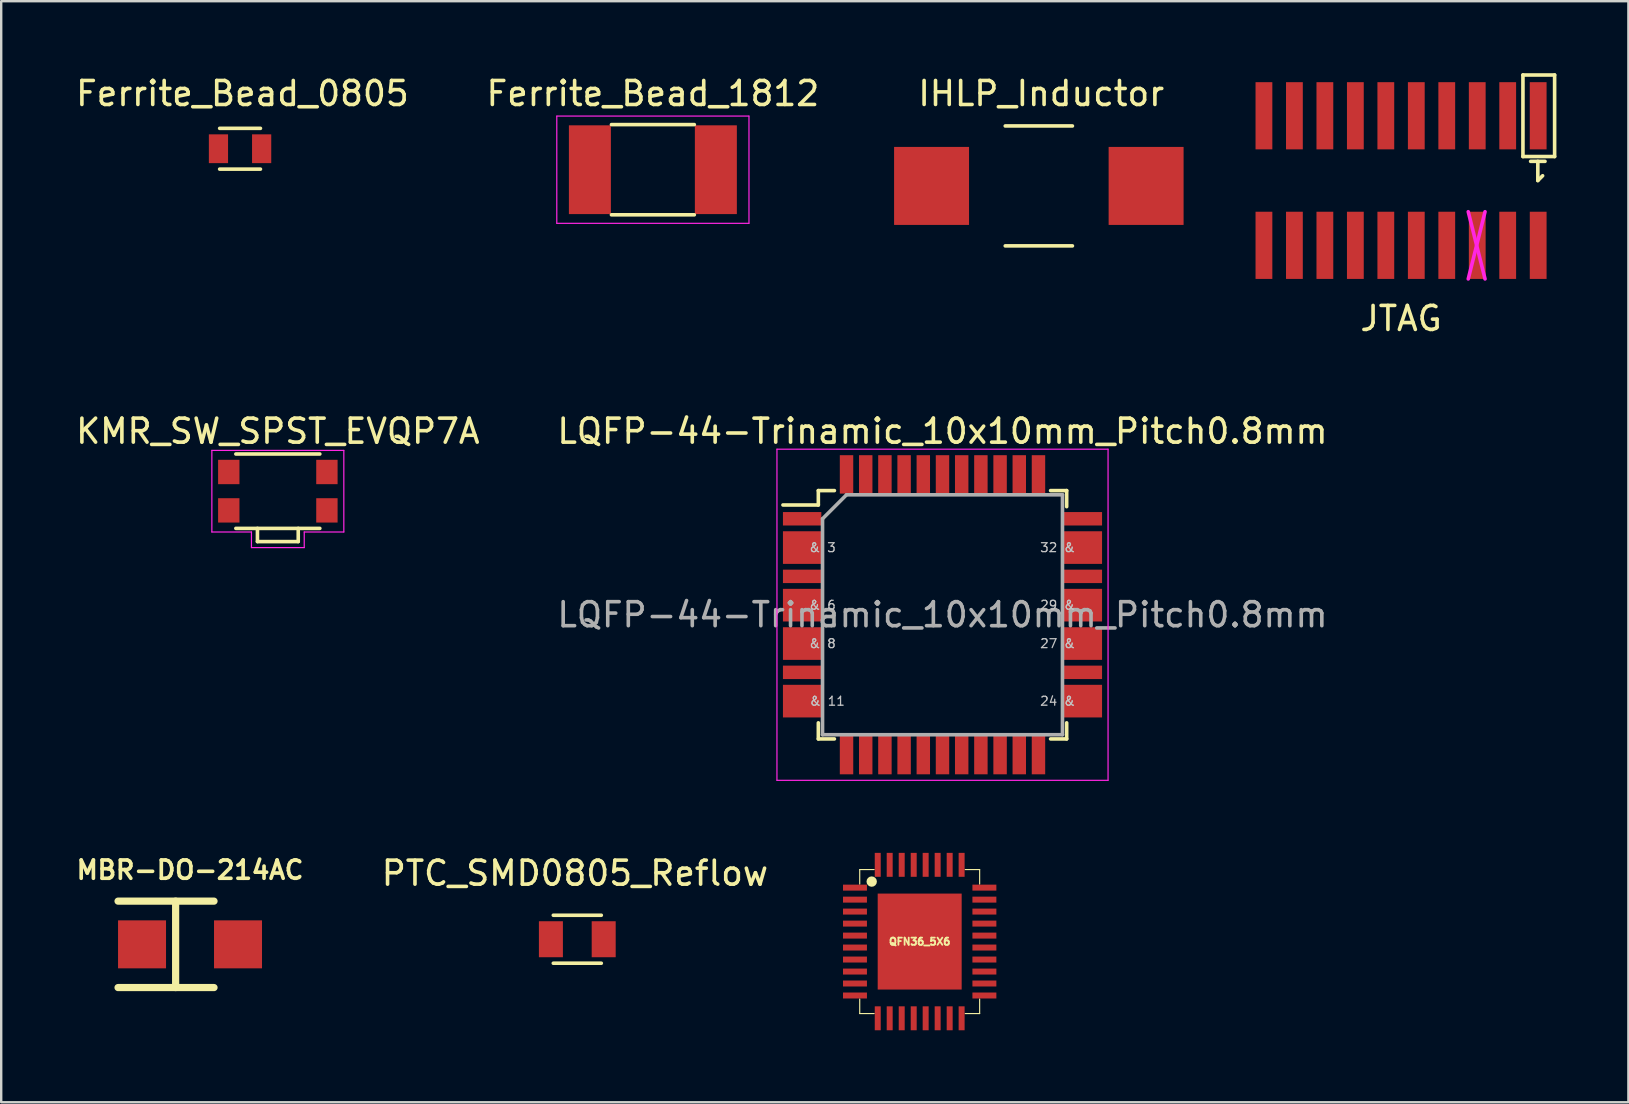
<source format=kicad_pcb>
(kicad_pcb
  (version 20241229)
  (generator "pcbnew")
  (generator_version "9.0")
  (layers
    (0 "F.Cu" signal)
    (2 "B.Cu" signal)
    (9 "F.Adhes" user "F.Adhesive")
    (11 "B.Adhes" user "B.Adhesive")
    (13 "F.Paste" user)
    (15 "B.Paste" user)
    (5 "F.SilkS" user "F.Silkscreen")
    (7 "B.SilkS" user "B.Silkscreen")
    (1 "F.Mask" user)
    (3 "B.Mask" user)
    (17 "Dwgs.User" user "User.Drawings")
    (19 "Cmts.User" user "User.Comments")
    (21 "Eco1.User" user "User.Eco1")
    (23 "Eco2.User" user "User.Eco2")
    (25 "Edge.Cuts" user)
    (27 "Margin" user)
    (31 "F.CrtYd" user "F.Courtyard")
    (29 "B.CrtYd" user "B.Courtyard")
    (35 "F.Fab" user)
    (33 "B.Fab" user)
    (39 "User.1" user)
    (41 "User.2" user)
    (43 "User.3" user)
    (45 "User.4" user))
  (footprint "PTC_SMD0805_Reflow"
    (layer "F.Cu")
    (at 21.011 36.096)
    (property "Reference" "PTC_SMD0805_Reflow" (at -0.099 -2.751 0) (layer "F.SilkS") (effects (font (size 1 1) (thickness 0.15))))
    (attr smd)
    (fp_line (start 1 -1) (end -1 -1) (stroke (width 0.15) (type solid)) (layer "F.SilkS"))
    (fp_line (start 1 1) (end -1 1) (stroke (width 0.15) (type solid)) (layer "F.SilkS"))
    (pad "1" smd rect (at -1.1 0 90) (size 1.5 1) (layers "F.Cu" "F.Mask" "F.Paste"))
    (pad "2" smd rect (at 1.1 0 90) (size 1.5 1) (layers "F.Cu" "F.Mask" "F.Paste")))
  (footprint "IHLP_Inductor"
    (layer "F.Cu")
    (at 40.247 4.699)
    (property "Reference" "IHLP_Inductor" (at 0.099 -3.851 0) (layer "F.SilkS") (effects (font (size 1 1) (thickness 0.15))))
    (attr smd)
    (fp_line (start 1.4 -2.499) (end -1.4 -2.499) (stroke (width 0.15) (type solid)) (layer "F.SilkS"))
    (fp_line (start 1.4 2.499) (end -1.4 2.499) (stroke (width 0.15) (type solid)) (layer "F.SilkS"))
    (pad "1" smd rect (at -4.471 0) (size 3.124 3.251) (layers "F.Cu" "F.Mask" "F.Paste"))
    (pad "2" smd rect (at 4.471 0) (size 3.124 3.251) (layers "F.Cu" "F.Mask" "F.Paste")))
  (footprint "QFN36_5X6"
    (layer "F.Cu")
    (at 35.281 36.193)
    (property "Reference" "QFN36_5X6" (at 0 0 0) (layer "F.SilkS") (effects (font (size 0.3 0.3) (thickness 0.075))))
    (attr through_hole)
    (fp_line (start -2.499 -3) (end -2.499 -2.398) (stroke (width 0.048) (type solid)) (layer "F.SilkS"))
    (fp_line (start -2.499 -3) (end -1.9 -3) (stroke (width 0.048) (type solid)) (layer "F.SilkS"))
    (fp_line (start -2.499 2.398) (end -2.499 3) (stroke (width 0.048) (type solid)) (layer "F.SilkS"))
    (fp_line (start -2.499 3) (end -1.9 3) (stroke (width 0.048) (type solid)) (layer "F.SilkS"))
    (fp_line (start -2 -2.6) (end -2 -2.5) (stroke (width 0.15) (type solid)) (layer "F.SilkS"))
    (fp_line (start 1.9 -3) (end 2.499 -3) (stroke (width 0.048) (type solid)) (layer "F.SilkS"))
    (fp_line (start 1.9 3) (end 2.499 3) (stroke (width 0.048) (type solid)) (layer "F.SilkS"))
    (fp_line (start 2.499 -3) (end 2.499 -2.398) (stroke (width 0.048) (type solid)) (layer "F.SilkS"))
    (fp_line (start 2.499 2.398) (end 2.499 3) (stroke (width 0.048) (type solid)) (layer "F.SilkS"))
    (fp_circle (center -2 -2.5) (end -2 -2.4) (stroke (width 0.15) (type solid)) (fill no) (layer "F.SilkS"))
    (fp_circle (center -2 -2.5) (end -1.9 -2.4) (stroke (width 0.15) (type solid)) (fill no) (layer "F.SilkS"))
    (pad "1" smd rect (at -2.697 -2.248 90) (size 0.249 0.998) (layers "F.Cu" "F.Mask" "F.Paste"))
    (pad "2" smd rect (at -2.697 -1.748 90) (size 0.249 0.998) (layers "F.Cu" "F.Mask" "F.Paste"))
    (pad "3" smd rect (at -2.697 -1.25 90) (size 0.249 0.998) (layers "F.Cu" "F.Mask" "F.Paste"))
    (pad "4" smd rect (at -2.697 -0.749 90) (size 0.249 0.998) (layers "F.Cu" "F.Mask" "F.Paste"))
    (pad "5" smd rect (at -2.697 -0.249 90) (size 0.249 0.998) (layers "F.Cu" "F.Mask" "F.Paste"))
    (pad "6" smd rect (at -2.697 0.249 90) (size 0.249 0.998) (layers "F.Cu" "F.Mask" "F.Paste"))
    (pad "7" smd rect (at -2.697 0.749 90) (size 0.249 0.998) (layers "F.Cu" "F.Mask" "F.Paste"))
    (pad "8" smd rect (at -2.697 1.25 90) (size 0.249 0.998) (layers "F.Cu" "F.Mask" "F.Paste"))
    (pad "9" smd rect (at -2.697 1.748 90) (size 0.249 0.998) (layers "F.Cu" "F.Mask" "F.Paste"))
    (pad "10" smd rect (at -2.697 2.248 90) (size 0.249 0.998) (layers "F.Cu" "F.Mask" "F.Paste"))
    (pad "11" smd rect (at -1.748 3.198 180) (size 0.249 0.998) (layers "F.Cu" "F.Mask" "F.Paste"))
    (pad "12" smd rect (at -1.25 3.198 180) (size 0.249 0.998) (layers "F.Cu" "F.Mask" "F.Paste"))
    (pad "13" smd rect (at -0.749 3.198 180) (size 0.249 0.998) (layers "F.Cu" "F.Mask" "F.Paste"))
    (pad "14" smd rect (at -0.249 3.198 180) (size 0.249 0.998) (layers "F.Cu" "F.Mask" "F.Paste"))
    (pad "15" smd rect (at 0.249 3.198 180) (size 0.249 0.998) (layers "F.Cu" "F.Mask" "F.Paste"))
    (pad "16" smd rect (at 0.749 3.198 180) (size 0.249 0.998) (layers "F.Cu" "F.Mask" "F.Paste"))
    (pad "17" smd rect (at 1.25 3.198 180) (size 0.249 0.998) (layers "F.Cu" "F.Mask" "F.Paste"))
    (pad "18" smd rect (at 1.748 3.198 180) (size 0.249 0.998) (layers "F.Cu" "F.Mask" "F.Paste"))
    (pad "19" smd rect (at 2.697 2.248 270) (size 0.249 0.998) (layers "F.Cu" "F.Mask" "F.Paste"))
    (pad "20" smd rect (at 2.697 1.748 270) (size 0.249 0.998) (layers "F.Cu" "F.Mask" "F.Paste"))
    (pad "21" smd rect (at 2.697 1.25 270) (size 0.249 0.998) (layers "F.Cu" "F.Mask" "F.Paste"))
    (pad "22" smd rect (at 2.697 0.749 270) (size 0.249 0.998) (layers "F.Cu" "F.Mask" "F.Paste"))
    (pad "23" smd rect (at 2.697 0.249 270) (size 0.249 0.998) (layers "F.Cu" "F.Mask" "F.Paste"))
    (pad "24" smd rect (at 2.697 -0.249 270) (size 0.249 0.998) (layers "F.Cu" "F.Mask" "F.Paste"))
    (pad "25" smd rect (at 2.697 -0.749 270) (size 0.249 0.998) (layers "F.Cu" "F.Mask" "F.Paste"))
    (pad "26" smd rect (at 2.697 -1.25 270) (size 0.249 0.998) (layers "F.Cu" "F.Mask" "F.Paste"))
    (pad "27" smd rect (at 2.697 -1.748 270) (size 0.249 0.998) (layers "F.Cu" "F.Mask" "F.Paste"))
    (pad "28" smd rect (at 2.697 -2.248 270) (size 0.249 0.998) (layers "F.Cu" "F.Mask" "F.Paste"))
    (pad "29" smd rect (at 1.748 -3.198) (size 0.249 0.998) (layers "F.Cu" "F.Mask" "F.Paste"))
    (pad "30" smd rect (at 1.25 -3.198) (size 0.249 0.998) (layers "F.Cu" "F.Mask" "F.Paste"))
    (pad "31" smd rect (at 0.749 -3.198) (size 0.249 0.998) (layers "F.Cu" "F.Mask" "F.Paste"))
    (pad "32" smd rect (at 0.249 -3.198) (size 0.249 0.998) (layers "F.Cu" "F.Mask" "F.Paste"))
    (pad "33" smd rect (at -0.249 -3.198) (size 0.249 0.998) (layers "F.Cu" "F.Mask" "F.Paste"))
    (pad "34" smd rect (at -0.749 -3.198) (size 0.249 0.998) (layers "F.Cu" "F.Mask" "F.Paste"))
    (pad "35" smd rect (at -1.25 -3.198) (size 0.249 0.998) (layers "F.Cu" "F.Mask" "F.Paste"))
    (pad "36" smd rect (at -1.748 -3.198) (size 0.249 0.998) (layers "F.Cu" "F.Mask" "F.Paste"))
    (pad "37" smd rect (at 0 0) (size 3.5 4) (layers "F.Cu" "F.Mask" "F.Paste")))
  (footprint "Ferrite_Bead_1812"
    (layer "F.Cu")
    (at 24.161 4.023)
    (property "Reference" "Ferrite_Bead_1812" (at 0 -3.175 0) (layer "F.SilkS") (effects (font (size 1 1) (thickness 0.15))))
    (attr smd)
    (fp_line (start -1.727 -1.88) (end 1.727 -1.88) (stroke (width 0.15) (type solid)) (layer "F.SilkS"))
    (fp_line (start -1.727 1.88) (end 1.727 1.88) (stroke (width 0.15) (type solid)) (layer "F.SilkS"))
    (fp_line (start -4.005 2.235) (end -4.005 -2.235) (stroke (width 0.05) (type solid)) (layer "F.CrtYd"))
    (fp_line (start -4 -2.235) (end 4 -2.235) (stroke (width 0.05) (type solid)) (layer "F.CrtYd"))
    (fp_line (start 4 2.235) (end -4 2.235) (stroke (width 0.05) (type solid)) (layer "F.CrtYd"))
    (fp_line (start 4.005 -2.235) (end 4.005 2.235) (stroke (width 0.05) (type solid)) (layer "F.CrtYd"))
    (pad "1" smd rect (at -2.625 0) (size 1.75 3.7) (layers "F.Cu" "F.Mask" "F.Paste"))
    (pad "2" smd rect (at 2.625 0) (size 1.75 3.7) (layers "F.Cu" "F.Mask" "F.Paste")))
  (footprint "Ferrite_Bead_0805"
    (layer "F.Cu")
    (at 6.955 3.149)
    (property "Reference" "Ferrite_Bead_0805" (at 0.099 -2.301 0) (layer "F.SilkS") (effects (font (size 1 1) (thickness 0.15))))
    (attr smd)
    (fp_line (start 0.85 -0.85) (end -0.85 -0.85) (stroke (width 0.15) (type solid)) (layer "F.SilkS"))
    (fp_line (start 0.85 0.85) (end -0.85 0.85) (stroke (width 0.15) (type solid)) (layer "F.SilkS"))
    (pad "1" smd rect (at -0.9 0) (size 0.8 1.2) (layers "F.Cu" "F.Mask" "F.Paste"))
    (pad "2" smd rect (at 0.9 0) (size 0.8 1.2) (layers "F.Cu" "F.Mask" "F.Paste")))
  (footprint "JTAG"
    (layer "F.Cu")
    (at 55.344 4.475)
    (property "Reference" "JTAG" (at 0 5.75 0) (layer "F.SilkS") (effects (font (size 1 1) (thickness 0.15))))
    (attr smd)
    (fp_line (start 5.08 -4.4) (end 5.08 -1) (stroke (width 0.15) (type solid)) (layer "F.SilkS"))
    (fp_line (start 5.7 -0.8) (end 5.7 0) (stroke (width 0.15) (type solid)) (layer "F.SilkS"))
    (fp_line (start 5.7 0) (end 5.9 -0.2) (stroke (width 0.15) (type solid)) (layer "F.SilkS"))
    (fp_line (start 6 -0.8) (end 5.4 -0.8) (stroke (width 0.15) (type solid)) (layer "F.SilkS"))
    (fp_line (start 6.4 -4.4) (end 5.08 -4.4) (stroke (width 0.15) (type solid)) (layer "F.SilkS"))
    (fp_line (start 6.4 -4.4) (end 6.4 -1) (stroke (width 0.15) (type solid)) (layer "F.SilkS"))
    (fp_line (start 6.4 -1) (end 5.08 -1) (stroke (width 0.15) (type solid)) (layer "F.SilkS"))
    (fp_line (start 2.8 1.3) (end 3.5 4.1) (stroke (width 0.15) (type solid)) (layer "F.CrtYd"))
    (fp_line (start 2.8 4.1) (end 3.5 1.3) (stroke (width 0.15) (type solid)) (layer "F.CrtYd"))
    (pad "1" smd rect (at 5.715 -2.7) (size 0.7 2.8) (layers "F.Cu" "F.Mask" "F.Paste"))
    (pad "2" smd rect (at 5.715 2.7) (size 0.7 2.8) (layers "F.Cu" "F.Mask" "F.Paste"))
    (pad "3" smd rect (at 4.445 -2.7) (size 0.7 2.8) (layers "F.Cu" "F.Mask" "F.Paste"))
    (pad "4" smd rect (at 4.445 2.7) (size 0.7 2.8) (layers "F.Cu" "F.Mask" "F.Paste"))
    (pad "5" smd rect (at 3.175 -2.7) (size 0.7 2.8) (layers "F.Cu" "F.Mask" "F.Paste"))
    (pad "6" smd rect (at 3.175 2.7) (size 0.7 2.8) (layers "F.Cu" "F.Mask" "F.Paste"))
    (pad "7" smd rect (at 1.905 -2.7) (size 0.7 2.8) (layers "F.Cu" "F.Mask" "F.Paste"))
    (pad "8" smd rect (at 1.905 2.7) (size 0.7 2.8) (layers "F.Cu" "F.Mask" "F.Paste"))
    (pad "9" smd rect (at 0.635 -2.7) (size 0.7 2.8) (layers "F.Cu" "F.Mask" "F.Paste"))
    (pad "10" smd rect (at 0.635 2.7) (size 0.7 2.8) (layers "F.Cu" "F.Mask" "F.Paste"))
    (pad "11" smd rect (at -0.635 -2.7) (size 0.7 2.8) (layers "F.Cu" "F.Mask" "F.Paste"))
    (pad "12" smd rect (at -0.635 2.7) (size 0.7 2.8) (layers "F.Cu" "F.Mask" "F.Paste"))
    (pad "13" smd rect (at -1.905 -2.7) (size 0.7 2.8) (layers "F.Cu" "F.Mask" "F.Paste"))
    (pad "14" smd rect (at -1.905 2.7) (size 0.7 2.8) (layers "F.Cu" "F.Mask" "F.Paste"))
    (pad "15" smd rect (at -3.175 -2.7) (size 0.7 2.8) (layers "F.Cu" "F.Mask" "F.Paste"))
    (pad "16" smd rect (at -3.175 2.7) (size 0.7 2.8) (layers "F.Cu" "F.Mask" "F.Paste"))
    (pad "17" smd rect (at -4.445 -2.7) (size 0.7 2.8) (layers "F.Cu" "F.Mask" "F.Paste"))
    (pad "18" smd rect (at -4.445 2.7) (size 0.7 2.8) (layers "F.Cu" "F.Mask" "F.Paste"))
    (pad "19" smd rect (at -5.715 -2.7) (size 0.7 2.8) (layers "F.Cu" "F.Mask" "F.Paste"))
    (pad "20" smd rect (at -5.715 2.7) (size 0.7 2.8) (layers "F.Cu" "F.Mask" "F.Paste")))
  (footprint "MBR-DO-214AC"
    (layer "F.Cu")
    (at 4.87 36.309)
    (property "Reference" "MBR-DO-214AC" (at 0 -3.099 0) (layer "F.SilkS") (effects (font (size 0.762 0.762) (thickness 0.152))))
    (attr smd)
    (fp_line (start -0.6 -1.801) (end -0.6 1.801) (stroke (width 0.3) (type solid)) (layer "F.SilkS"))
    (fp_line (start 1 -1.801) (end -3 -1.801) (stroke (width 0.3) (type solid)) (layer "F.SilkS"))
    (fp_line (start 1 1.801) (end -3 1.801) (stroke (width 0.3) (type solid)) (layer "F.SilkS"))
    (pad "1" smd rect (at -2 0) (size 2 2) (layers "F.Cu" "F.Mask" "F.Paste"))
    (pad "2" smd rect (at 2 0) (size 2 2) (layers "F.Cu" "F.Mask" "F.Paste")))
  (footprint "LQFP-44-Trinamic_10x10mm_Pitch0.8mm"
    (layer "F.Cu")
    (at 36.232 22.572)
    (property "Reference" "LQFP-44-Trinamic_10x10mm_Pitch0.8mm" (at 0 -7.65 0) (layer "F.SilkS") (effects (font (size 1 1) (thickness 0.15))))
    (attr smd)
    (fp_line (start -5.175 -5.175) (end -5.175 -4.575) (stroke (width 0.15) (type solid)) (layer "F.SilkS"))
    (fp_line (start -5.175 -5.175) (end -4.505 -5.175) (stroke (width 0.15) (type solid)) (layer "F.SilkS"))
    (fp_line (start -5.175 -4.575) (end -6.65 -4.575) (stroke (width 0.15) (type solid)) (layer "F.SilkS"))
    (fp_line (start -5.175 5.175) (end -5.175 4.505) (stroke (width 0.15) (type solid)) (layer "F.SilkS"))
    (fp_line (start -5.175 5.175) (end -4.505 5.175) (stroke (width 0.15) (type solid)) (layer "F.SilkS"))
    (fp_line (start 5.175 -5.175) (end 4.505 -5.175) (stroke (width 0.15) (type solid)) (layer "F.SilkS"))
    (fp_line (start 5.175 -5.175) (end 5.175 -4.505) (stroke (width 0.15) (type solid)) (layer "F.SilkS"))
    (fp_line (start 5.175 5.175) (end 4.505 5.175) (stroke (width 0.15) (type solid)) (layer "F.SilkS"))
    (fp_line (start 5.175 5.175) (end 5.175 4.505) (stroke (width 0.15) (type solid)) (layer "F.SilkS"))
    (fp_line (start -6.9 -6.9) (end -6.9 6.9) (stroke (width 0.05) (type solid)) (layer "F.CrtYd"))
    (fp_line (start -6.9 -6.9) (end 6.9 -6.9) (stroke (width 0.05) (type solid)) (layer "F.CrtYd"))
    (fp_line (start -6.9 6.9) (end 6.9 6.9) (stroke (width 0.05) (type solid)) (layer "F.CrtYd"))
    (fp_line (start 6.9 -6.9) (end 6.9 6.9) (stroke (width 0.05) (type solid)) (layer "F.CrtYd"))
    (fp_line (start -5 -4) (end -4 -5) (stroke (width 0.15) (type solid)) (layer "F.Fab"))
    (fp_line (start -5 5) (end -5 -4) (stroke (width 0.15) (type solid)) (layer "F.Fab"))
    (fp_line (start -4 -5) (end 5 -5) (stroke (width 0.15) (type solid)) (layer "F.Fab"))
    (fp_line (start 5 -5) (end 5 5) (stroke (width 0.15) (type solid)) (layer "F.Fab"))
    (fp_line (start 5 5) (end -5 5) (stroke (width 0.15) (type solid)) (layer "F.Fab"))
    (fp_text user "& 11" (at -4.8 3.6 0) (layer "Dwgs.User") (effects (font (size 0.373 0.373) (thickness 0.053))))
    (fp_text user "24 &" (at 4.8 3.6 0) (layer "Dwgs.User") (effects (font (size 0.373 0.373) (thickness 0.053))))
    (fp_text user "32 &" (at 4.8 -2.8 0) (layer "Dwgs.User") (effects (font (size 0.373 0.373) (thickness 0.053))))
    (fp_text user "& 6" (at -5 -0.4 0) (layer "Dwgs.User") (effects (font (size 0.373 0.373) (thickness 0.053))))
    (fp_text user "29 &" (at 4.8 -0.4 0) (layer "Dwgs.User") (effects (font (size 0.373 0.373) (thickness 0.053))))
    (fp_text user "27 &" (at 4.8 1.2 0) (layer "Dwgs.User") (effects (font (size 0.373 0.373) (thickness 0.053))))
    (fp_text user "& 8" (at -5 1.2 0) (layer "Dwgs.User") (effects (font (size 0.373 0.373) (thickness 0.053))))
    (fp_text user "& 3" (at -5 -2.8 0) (layer "Dwgs.User") (effects (font (size 0.373 0.373) (thickness 0.053))))
    (fp_text user "${REFERENCE}" (at 0 0 0) (layer "F.Fab") (effects (font (size 1 1) (thickness 0.15))))
    (pad "1" smd rect (at -5.85 -4) (size 1.6 0.56) (layers "F.Cu" "F.Mask" "F.Paste"))
    (pad "2" smd rect (at -5.85 -2.8) (size 1.6 1.36) (layers "F.Cu" "F.Mask" "F.Paste"))
    (pad "4" smd rect (at -5.85 -1.6) (size 1.6 0.56) (layers "F.Cu" "F.Mask" "F.Paste"))
    (pad "5" smd rect (at -5.85 -0.4) (size 1.6 1.36) (layers "F.Cu" "F.Mask" "F.Paste"))
    (pad "7" smd rect (at -5.85 1.2) (size 1.6 1.36) (layers "F.Cu" "F.Mask" "F.Paste"))
    (pad "9" smd rect (at -5.85 2.4) (size 1.6 0.56) (layers "F.Cu" "F.Mask" "F.Paste"))
    (pad "10" smd rect (at -5.85 3.6) (size 1.6 1.36) (layers "F.Cu" "F.Mask" "F.Paste"))
    (pad "12" smd rect (at -4 5.85 90) (size 1.6 0.56) (layers "F.Cu" "F.Mask" "F.Paste"))
    (pad "13" smd rect (at -3.2 5.85 90) (size 1.6 0.56) (layers "F.Cu" "F.Mask" "F.Paste"))
    (pad "14" smd rect (at -2.4 5.85 90) (size 1.6 0.56) (layers "F.Cu" "F.Mask" "F.Paste"))
    (pad "15" smd rect (at -1.6 5.85 90) (size 1.6 0.56) (layers "F.Cu" "F.Mask" "F.Paste"))
    (pad "16" smd rect (at -0.8 5.85 90) (size 1.6 0.56) (layers "F.Cu" "F.Mask" "F.Paste"))
    (pad "17" smd rect (at 0 5.85 90) (size 1.6 0.56) (layers "F.Cu" "F.Mask" "F.Paste"))
    (pad "18" smd rect (at 0.8 5.85 90) (size 1.6 0.56) (layers "F.Cu" "F.Mask" "F.Paste"))
    (pad "19" smd rect (at 1.6 5.85 90) (size 1.6 0.56) (layers "F.Cu" "F.Mask" "F.Paste"))
    (pad "20" smd rect (at 2.4 5.85 90) (size 1.6 0.56) (layers "F.Cu" "F.Mask" "F.Paste"))
    (pad "21" smd rect (at 3.2 5.85 90) (size 1.6 0.56) (layers "F.Cu" "F.Mask" "F.Paste"))
    (pad "22" smd rect (at 4 5.85 90) (size 1.6 0.56) (layers "F.Cu" "F.Mask" "F.Paste"))
    (pad "23" smd rect (at 5.85 3.6) (size 1.6 1.36) (layers "F.Cu" "F.Mask" "F.Paste"))
    (pad "25" smd rect (at 5.85 2.4) (size 1.6 0.56) (layers "F.Cu" "F.Mask" "F.Paste"))
    (pad "26" smd rect (at 5.85 1.2) (size 1.6 1.36) (layers "F.Cu" "F.Mask" "F.Paste"))
    (pad "28" smd rect (at 5.85 -0.4) (size 1.6 1.36) (layers "F.Cu" "F.Mask" "F.Paste"))
    (pad "30" smd rect (at 5.85 -1.6) (size 1.6 0.56) (layers "F.Cu" "F.Mask" "F.Paste"))
    (pad "31" smd rect (at 5.85 -2.8) (size 1.6 1.36) (layers "F.Cu" "F.Mask" "F.Paste"))
    (pad "33" smd rect (at 5.85 -4) (size 1.6 0.56) (layers "F.Cu" "F.Mask" "F.Paste"))
    (pad "34" smd rect (at 4 -5.85 90) (size 1.6 0.56) (layers "F.Cu" "F.Mask" "F.Paste"))
    (pad "35" smd rect (at 3.2 -5.85 90) (size 1.6 0.56) (layers "F.Cu" "F.Mask" "F.Paste"))
    (pad "36" smd rect (at 2.4 -5.85 90) (size 1.6 0.56) (layers "F.Cu" "F.Mask" "F.Paste"))
    (pad "37" smd rect (at 1.6 -5.85 90) (size 1.6 0.56) (layers "F.Cu" "F.Mask" "F.Paste"))
    (pad "38" smd rect (at 0.8 -5.85 90) (size 1.6 0.56) (layers "F.Cu" "F.Mask" "F.Paste"))
    (pad "39" smd rect (at 0 -5.85 90) (size 1.6 0.56) (layers "F.Cu" "F.Mask" "F.Paste"))
    (pad "40" smd rect (at -0.8 -5.85 90) (size 1.6 0.56) (layers "F.Cu" "F.Mask" "F.Paste"))
    (pad "41" smd rect (at -1.6 -5.85 90) (size 1.6 0.56) (layers "F.Cu" "F.Mask" "F.Paste"))
    (pad "42" smd rect (at -2.4 -5.85 90) (size 1.6 0.56) (layers "F.Cu" "F.Mask" "F.Paste"))
    (pad "43" smd rect (at -3.2 -5.85 90) (size 1.6 0.56) (layers "F.Cu" "F.Mask" "F.Paste"))
    (pad "44" smd rect (at -4 -5.85 90) (size 1.6 0.56) (layers "F.Cu" "F.Mask" "F.Paste")))
  (footprint "KMR_SW_SPST_EVQP7A"
    (layer "F.Cu")
    (at 8.53 17.422)
    (property "Reference" "KMR_SW_SPST_EVQP7A" (at 0 -2.5 0) (layer "F.SilkS") (effects (font (size 1 1) (thickness 0.15))))
    (attr smd)
    (fp_line (start -1.75 -1.55) (end 1.75 -1.55) (stroke (width 0.15) (type solid)) (layer "F.SilkS"))
    (fp_line (start -0.85 2.1) (end -0.85 1.55) (stroke (width 0.15) (type solid)) (layer "F.SilkS"))
    (fp_line (start 0.85 1.55) (end 0.85 2.1) (stroke (width 0.15) (type solid)) (layer "F.SilkS"))
    (fp_line (start 0.85 2.1) (end -0.85 2.1) (stroke (width 0.15) (type solid)) (layer "F.SilkS"))
    (fp_line (start 1.75 1.55) (end -1.75 1.55) (stroke (width 0.15) (type solid)) (layer "F.SilkS"))
    (fp_line (start -2.75 -1.7) (end 2.75 -1.7) (stroke (width 0.05) (type solid)) (layer "F.CrtYd"))
    (fp_line (start -2.75 1.7) (end -2.75 -1.7) (stroke (width 0.05) (type solid)) (layer "F.CrtYd"))
    (fp_line (start -1.1 1.7) (end -2.75 1.7) (stroke (width 0.05) (type solid)) (layer "F.CrtYd"))
    (fp_line (start -1.1 2.35) (end -1.1 1.7) (stroke (width 0.05) (type solid)) (layer "F.CrtYd"))
    (fp_line (start 1.1 1.7) (end 1.1 2.35) (stroke (width 0.05) (type solid)) (layer "F.CrtYd"))
    (fp_line (start 1.1 2.35) (end -1.1 2.35) (stroke (width 0.05) (type solid)) (layer "F.CrtYd"))
    (fp_line (start 2.75 -1.7) (end 2.75 1.7) (stroke (width 0.05) (type solid)) (layer "F.CrtYd"))
    (fp_line (start 2.75 1.7) (end 1.1 1.7) (stroke (width 0.05) (type solid)) (layer "F.CrtYd"))
    (pad "1" smd rect (at -2.045 -0.8) (size 0.89 1.015) (layers "F.Cu" "F.Mask" "F.Paste"))
    (pad "2" smd rect (at -2.045 0.8) (size 0.89 1.015) (layers "F.Cu" "F.Mask" "F.Paste"))
    (pad "3" smd rect (at 2.045 -0.8) (size 0.89 1.015) (layers "F.Cu" "F.Mask" "F.Paste"))
    (pad "4" smd rect (at 2.045 0.8) (size 0.89 1.015) (layers "F.Cu" "F.Mask" "F.Paste")))
  (gr_rect
    (start -3 -3)
    (end 64.819 42.89)
    (stroke (width 0.1) (type default))
    (fill no)
    (layer "Edge.Cuts")))
</source>
